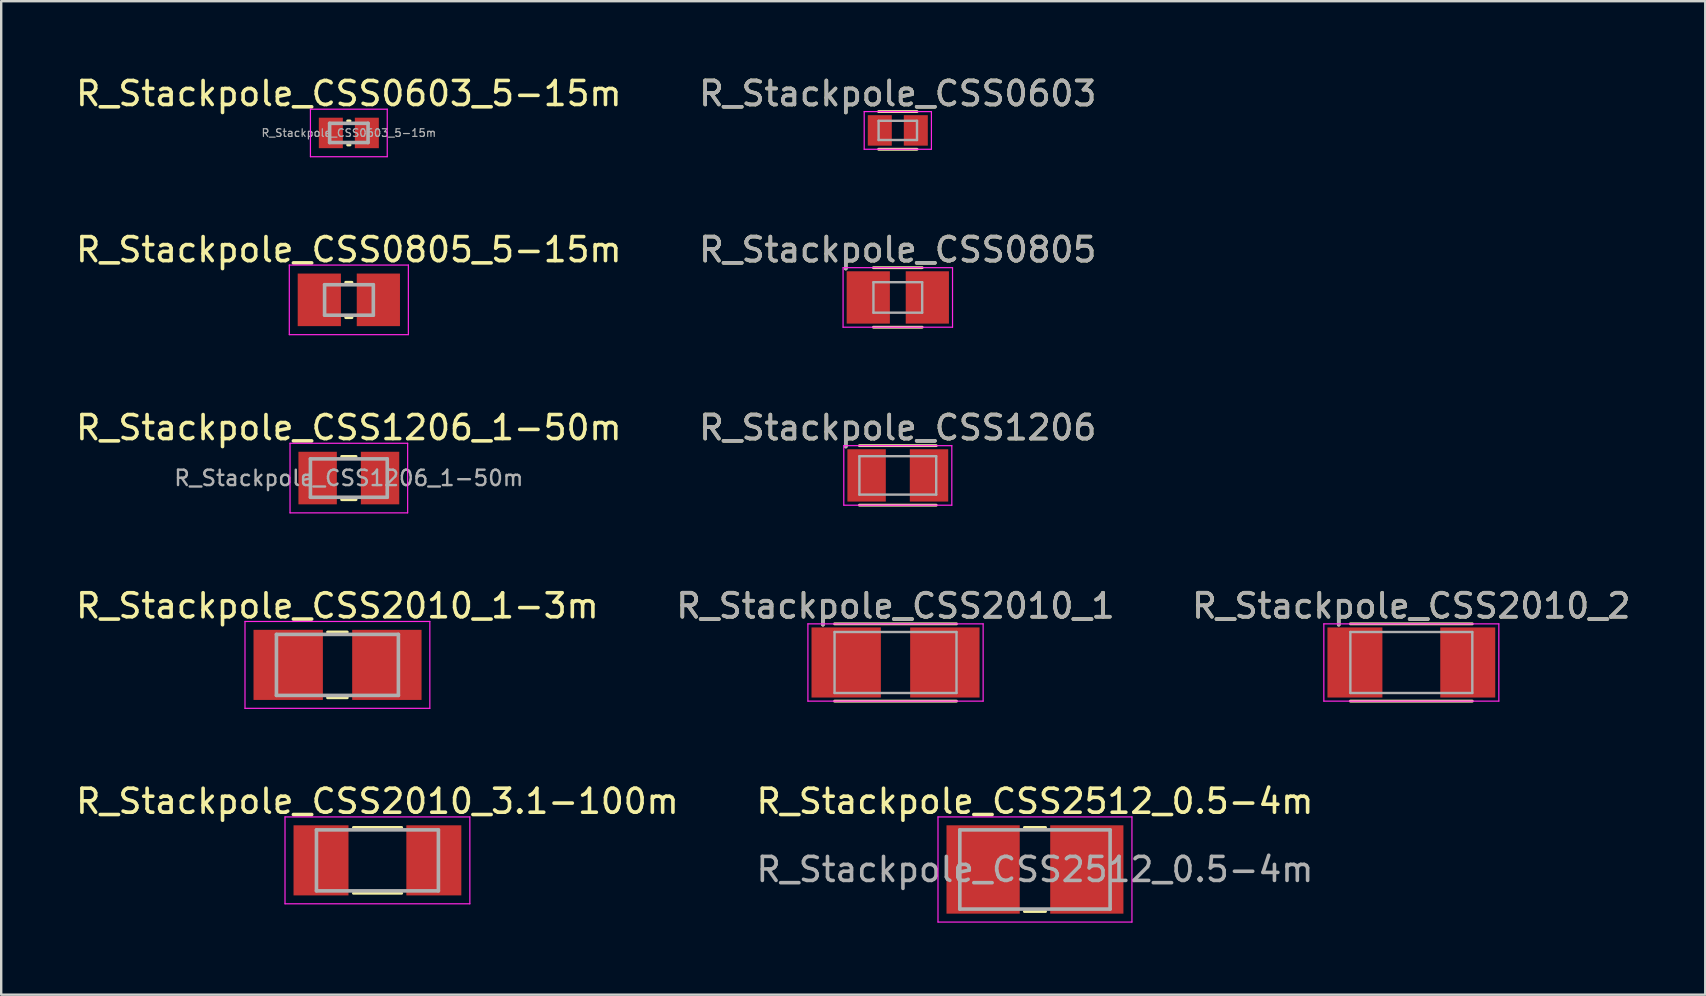
<source format=kicad_pcb>
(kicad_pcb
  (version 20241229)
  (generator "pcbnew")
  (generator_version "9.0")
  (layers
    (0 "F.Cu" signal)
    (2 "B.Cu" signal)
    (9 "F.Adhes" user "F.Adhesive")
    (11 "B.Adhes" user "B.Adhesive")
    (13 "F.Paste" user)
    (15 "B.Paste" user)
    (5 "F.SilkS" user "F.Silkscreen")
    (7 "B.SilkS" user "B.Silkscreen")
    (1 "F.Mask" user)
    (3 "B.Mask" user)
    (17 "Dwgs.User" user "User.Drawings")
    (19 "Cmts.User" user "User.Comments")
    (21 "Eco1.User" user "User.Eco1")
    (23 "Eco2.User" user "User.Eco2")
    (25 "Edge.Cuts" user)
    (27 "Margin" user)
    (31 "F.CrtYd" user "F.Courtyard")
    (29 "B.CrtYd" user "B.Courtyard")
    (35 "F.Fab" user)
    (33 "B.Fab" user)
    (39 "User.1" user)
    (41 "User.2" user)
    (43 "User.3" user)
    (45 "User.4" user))
  (footprint "R_Stackpole_CSS2010_2"
    (layer "F.Cu")
    (at 55.744 24.548)
    (property "Reference" "R_Stackpole_CSS2010_2" (at 0 -2.36 0) (layer "F.SilkS") (effects (font (size 1 1) (thickness 0.15))))
    (attr smd)
    (fp_line (start 2.54 -1.61) (end -2.54 -1.61) (stroke (width 0.12) (type solid)) (layer "F.SilkS"))
    (fp_line (start 2.54 1.61) (end -2.54 1.61) (stroke (width 0.12) (type solid)) (layer "F.SilkS"))
    (fp_line (start -3.645 -1.61) (end -3.645 1.61) (stroke (width 0.05) (type solid)) (layer "F.CrtYd"))
    (fp_line (start -3.645 1.61) (end 3.645 1.61) (stroke (width 0.05) (type solid)) (layer "F.CrtYd"))
    (fp_line (start 3.645 -1.61) (end -3.645 -1.61) (stroke (width 0.05) (type solid)) (layer "F.CrtYd"))
    (fp_line (start 3.645 1.61) (end 3.645 -1.61) (stroke (width 0.05) (type solid)) (layer "F.CrtYd"))
    (fp_line (start -2.54 -1.27) (end -2.54 1.27) (stroke (width 0.1) (type solid)) (layer "F.Fab"))
    (fp_line (start -2.54 1.27) (end 2.54 1.27) (stroke (width 0.1) (type solid)) (layer "F.Fab"))
    (fp_line (start 2.54 -1.27) (end -2.54 -1.27) (stroke (width 0.1) (type solid)) (layer "F.Fab"))
    (fp_line (start 2.54 1.27) (end 2.54 -1.27) (stroke (width 0.1) (type solid)) (layer "F.Fab"))
    (fp_text user "${REFERENCE}" (at 0 -2.36 0) (layer "F.Fab") (effects (font (size 1 1) (thickness 0.15))))
    (pad "1" smd rect (at -2.35 0) (size 2.29 2.92) (layers "F.Cu" "F.Mask" "F.Paste"))
    (pad "2" smd rect (at 2.35 0) (size 2.29 2.92) (layers "F.Cu" "F.Mask" "F.Paste")))
  (footprint "R_Stackpole_CSS0603"
    (layer "F.Cu")
    (at 34.351 2.383)
    (property "Reference" "R_Stackpole_CSS0603" (at 0 -1.535 0) (layer "F.SilkS") (effects (font (size 1 1) (thickness 0.15))))
    (attr smd)
    (fp_line (start 0.8 -0.785) (end -0.8 -0.785) (stroke (width 0.12) (type solid)) (layer "F.SilkS"))
    (fp_line (start 0.8 0.785) (end -0.8 0.785) (stroke (width 0.12) (type solid)) (layer "F.SilkS"))
    (fp_line (start -1.4 -0.785) (end -1.4 0.785) (stroke (width 0.05) (type solid)) (layer "F.CrtYd"))
    (fp_line (start -1.4 0.785) (end 1.4 0.785) (stroke (width 0.05) (type solid)) (layer "F.CrtYd"))
    (fp_line (start 1.4 -0.785) (end -1.4 -0.785) (stroke (width 0.05) (type solid)) (layer "F.CrtYd"))
    (fp_line (start 1.4 0.785) (end 1.4 -0.785) (stroke (width 0.05) (type solid)) (layer "F.CrtYd"))
    (fp_line (start -0.8 -0.4) (end -0.8 0.4) (stroke (width 0.1) (type solid)) (layer "F.Fab"))
    (fp_line (start -0.8 0.4) (end 0.8 0.4) (stroke (width 0.1) (type solid)) (layer "F.Fab"))
    (fp_line (start 0.8 -0.4) (end -0.8 -0.4) (stroke (width 0.1) (type solid)) (layer "F.Fab"))
    (fp_line (start 0.8 0.4) (end 0.8 -0.4) (stroke (width 0.1) (type solid)) (layer "F.Fab"))
    (fp_text user "${REFERENCE}" (at 0 -1.535 0) (layer "F.Fab") (effects (font (size 1 1) (thickness 0.15))))
    (pad "1" smd rect (at -0.75 0) (size 1 1.27) (layers "F.Cu" "F.Mask" "F.Paste"))
    (pad "2" smd rect (at 0.75 0) (size 1 1.27) (layers "F.Cu" "F.Mask" "F.Paste")))
  (footprint "R_Stackpole_CSS2512_0.5-4m"
    (layer "F.Cu")
    (at 40.065 33.171)
    (property "Reference" "R_Stackpole_CSS2512_0.5-4m" (at 0 -2.84 0) (layer "F.SilkS") (effects (font (size 1 1) (thickness 0.15))))
    (attr smd)
    (fp_line (start -0.44 -1.75) (end 0.44 -1.75) (stroke (width 0.12) (type solid)) (layer "F.SilkS"))
    (fp_line (start -0.44 1.75) (end 0.44 1.75) (stroke (width 0.12) (type solid)) (layer "F.SilkS"))
    (fp_line (start -4.04 -2.19) (end -4.04 2.19) (stroke (width 0.05) (type solid)) (layer "F.CrtYd"))
    (fp_line (start -4.04 2.19) (end 4.04 2.19) (stroke (width 0.05) (type solid)) (layer "F.CrtYd"))
    (fp_line (start 4.04 -2.19) (end -4.04 -2.19) (stroke (width 0.05) (type solid)) (layer "F.CrtYd"))
    (fp_line (start 4.04 2.19) (end 4.04 -2.19) (stroke (width 0.05) (type solid)) (layer "F.CrtYd"))
    (fp_line (start -3.13 -1.65) (end -3.13 1.65) (stroke (width 0.15) (type solid)) (layer "F.Fab"))
    (fp_line (start -3.13 1.65) (end 3.13 1.65) (stroke (width 0.15) (type solid)) (layer "F.Fab"))
    (fp_line (start 3.13 -1.65) (end -3.13 -1.65) (stroke (width 0.15) (type solid)) (layer "F.Fab"))
    (fp_line (start 3.13 1.65) (end 3.13 -1.65) (stroke (width 0.15) (type solid)) (layer "F.Fab"))
    (fp_text user "${REFERENCE}" (at 0 0 0) (layer "F.Fab") (effects (font (size 1 1) (thickness 0.15))))
    (pad "1" smd rect (at -2.16 0) (size 3.05 3.68) (layers "F.Cu" "F.Mask" "F.Paste"))
    (pad "2" smd rect (at 2.16 0) (size 3.05 3.68) (layers "F.Cu" "F.Mask" "F.Paste")))
  (footprint "R_Stackpole_CSS0603_5-15m"
    (layer "F.Cu")
    (at 11.482 2.488)
    (property "Reference" "R_Stackpole_CSS0603_5-15m" (at 0 -1.64 0) (layer "F.SilkS") (effects (font (size 1 1) (thickness 0.15))))
    (attr smd)
    (fp_line (start -0.05 -0.5) (end 0.05 -0.5) (stroke (width 0.12) (type solid)) (layer "F.SilkS"))
    (fp_line (start -0.05 0.5) (end 0.05 0.5) (stroke (width 0.12) (type solid)) (layer "F.SilkS"))
    (fp_line (start -1.6 -0.99) (end -1.6 0.99) (stroke (width 0.05) (type solid)) (layer "F.CrtYd"))
    (fp_line (start -1.6 0.99) (end 1.6 0.99) (stroke (width 0.05) (type solid)) (layer "F.CrtYd"))
    (fp_line (start 1.6 -0.99) (end -1.6 -0.99) (stroke (width 0.05) (type solid)) (layer "F.CrtYd"))
    (fp_line (start 1.6 0.99) (end 1.6 -0.99) (stroke (width 0.05) (type solid)) (layer "F.CrtYd"))
    (fp_line (start -0.8 -0.4) (end -0.8 0.4) (stroke (width 0.15) (type solid)) (layer "F.Fab"))
    (fp_line (start -0.8 0.4) (end 0.8 0.4) (stroke (width 0.15) (type solid)) (layer "F.Fab"))
    (fp_line (start 0.8 -0.4) (end -0.8 -0.4) (stroke (width 0.15) (type solid)) (layer "F.Fab"))
    (fp_line (start 0.8 0.4) (end 0.8 -0.4) (stroke (width 0.15) (type solid)) (layer "F.Fab"))
    (fp_text user "${REFERENCE}" (at 0 0 0) (layer "F.Fab") (effects (font (size 0.32 0.32) (thickness 0.05))))
    (pad "1" smd rect (at -0.75 0) (size 1 1.27) (layers "F.Cu" "F.Mask" "F.Paste"))
    (pad "2" smd rect (at 0.75 0) (size 1 1.27) (layers "F.Cu" "F.Mask" "F.Paste")))
  (footprint "R_Stackpole_CSS0805_5-15m"
    (layer "F.Cu")
    (at 11.482 9.441)
    (property "Reference" "R_Stackpole_CSS0805_5-15m" (at 0 -2.09 0) (layer "F.SilkS") (effects (font (size 1 1) (thickness 0.15))))
    (attr smd)
    (fp_line (start -0.13 -0.73) (end 0.13 -0.73) (stroke (width 0.12) (type solid)) (layer "F.SilkS"))
    (fp_line (start -0.13 0.74) (end 0.13 0.74) (stroke (width 0.12) (type solid)) (layer "F.SilkS"))
    (fp_line (start -2.48 -1.45) (end -2.48 1.45) (stroke (width 0.05) (type solid)) (layer "F.CrtYd"))
    (fp_line (start -2.48 1.45) (end 2.48 1.45) (stroke (width 0.05) (type solid)) (layer "F.CrtYd"))
    (fp_line (start 2.48 -1.45) (end -2.48 -1.45) (stroke (width 0.05) (type solid)) (layer "F.CrtYd"))
    (fp_line (start 2.48 1.45) (end 2.48 -1.45) (stroke (width 0.05) (type solid)) (layer "F.CrtYd"))
    (fp_line (start -1.01 -0.63) (end -1.01 0.64) (stroke (width 0.15) (type solid)) (layer "F.Fab"))
    (fp_line (start -1.01 0.64) (end 1.02 0.64) (stroke (width 0.15) (type solid)) (layer "F.Fab"))
    (fp_line (start 1.02 -0.63) (end -1.01 -0.63) (stroke (width 0.15) (type solid)) (layer "F.Fab"))
    (fp_line (start 1.02 0.64) (end 1.02 -0.63) (stroke (width 0.15) (type solid)) (layer "F.Fab"))
    (pad "1" smd rect (at -1.23 0) (size 1.8 2.19) (layers "F.Cu" "F.Mask" "F.Paste"))
    (pad "2" smd rect (at 1.23 0) (size 1.8 2.19) (layers "F.Cu" "F.Mask" "F.Paste")))
  (footprint "R_Stackpole_CSS1206_1-50m"
    (layer "F.Cu")
    (at 11.482 16.865)
    (property "Reference" "R_Stackpole_CSS1206_1-50m" (at 0 -2.1 0) (layer "F.SilkS") (effects (font (size 1 1) (thickness 0.15))))
    (attr smd)
    (fp_line (start -0.3 -0.9) (end 0.3 -0.9) (stroke (width 0.12) (type solid)) (layer "F.SilkS"))
    (fp_line (start -0.3 0.9) (end 0.3 0.9) (stroke (width 0.12) (type solid)) (layer "F.SilkS"))
    (fp_line (start -2.45 -1.45) (end -2.45 1.45) (stroke (width 0.05) (type solid)) (layer "F.CrtYd"))
    (fp_line (start -2.45 1.45) (end 2.45 1.45) (stroke (width 0.05) (type solid)) (layer "F.CrtYd"))
    (fp_line (start 2.45 -1.45) (end -2.45 -1.45) (stroke (width 0.05) (type solid)) (layer "F.CrtYd"))
    (fp_line (start 2.45 1.45) (end 2.45 -1.45) (stroke (width 0.05) (type solid)) (layer "F.CrtYd"))
    (fp_line (start -1.6 -0.8) (end -1.6 0.8) (stroke (width 0.15) (type solid)) (layer "F.Fab"))
    (fp_line (start -1.6 0.8) (end 1.6 0.8) (stroke (width 0.15) (type solid)) (layer "F.Fab"))
    (fp_line (start 1.6 -0.8) (end -1.6 -0.8) (stroke (width 0.15) (type solid)) (layer "F.Fab"))
    (fp_line (start 1.6 0.8) (end 1.6 -0.8) (stroke (width 0.15) (type solid)) (layer "F.Fab"))
    (fp_text user "${REFERENCE}" (at 0 0 0) (layer "F.Fab") (effects (font (size 0.64 0.64) (thickness 0.1))))
    (pad "1" smd rect (at -1.3 0) (size 1.6 2.19) (layers "F.Cu" "F.Mask" "F.Paste"))
    (pad "2" smd rect (at 1.3 0) (size 1.6 2.19) (layers "F.Cu" "F.Mask" "F.Paste")))
  (footprint "R_Stackpole_CSS2010_3.1-100m"
    (layer "F.Cu")
    (at 12.673 32.791)
    (property "Reference" "R_Stackpole_CSS2010_3.1-100m" (at 0 -2.46 0) (layer "F.SilkS") (effects (font (size 1 1) (thickness 0.15))))
    (attr smd)
    (fp_line (start -1 -1.37) (end 1.01 -1.37) (stroke (width 0.12) (type solid)) (layer "F.SilkS"))
    (fp_line (start -1 1.37) (end 1.01 1.37) (stroke (width 0.12) (type solid)) (layer "F.SilkS"))
    (fp_line (start -3.85 -1.81) (end -3.85 1.81) (stroke (width 0.05) (type solid)) (layer "F.CrtYd"))
    (fp_line (start -3.85 1.81) (end 3.85 1.81) (stroke (width 0.05) (type solid)) (layer "F.CrtYd"))
    (fp_line (start 3.85 -1.81) (end -3.85 -1.81) (stroke (width 0.05) (type solid)) (layer "F.CrtYd"))
    (fp_line (start 3.85 1.81) (end 3.85 -1.81) (stroke (width 0.05) (type solid)) (layer "F.CrtYd"))
    (fp_line (start -2.54 -1.27) (end -2.54 1.27) (stroke (width 0.15) (type solid)) (layer "F.Fab"))
    (fp_line (start -2.54 1.27) (end 2.54 1.27) (stroke (width 0.15) (type solid)) (layer "F.Fab"))
    (fp_line (start 2.54 -1.27) (end -2.54 -1.27) (stroke (width 0.15) (type solid)) (layer "F.Fab"))
    (fp_line (start 2.54 1.27) (end 2.54 -1.27) (stroke (width 0.15) (type solid)) (layer "F.Fab"))
    (pad "1" smd rect (at -2.35 0) (size 2.29 2.92) (layers "F.Cu" "F.Mask" "F.Paste"))
    (pad "2" smd rect (at 2.35 0) (size 2.29 2.92) (layers "F.Cu" "F.Mask" "F.Paste")))
  (footprint "R_Stackpole_CSS1206"
    (layer "F.Cu")
    (at 34.351 16.755)
    (property "Reference" "R_Stackpole_CSS1206" (at 0 -1.99 0) (layer "F.SilkS") (effects (font (size 1 1) (thickness 0.15))))
    (attr smd)
    (fp_line (start 1.6 -1.24) (end -1.6 -1.24) (stroke (width 0.12) (type solid)) (layer "F.SilkS"))
    (fp_line (start 1.6 1.24) (end -1.6 1.24) (stroke (width 0.12) (type solid)) (layer "F.SilkS"))
    (fp_line (start -2.25 -1.24) (end -2.25 1.24) (stroke (width 0.05) (type solid)) (layer "F.CrtYd"))
    (fp_line (start -2.25 1.24) (end 2.25 1.24) (stroke (width 0.05) (type solid)) (layer "F.CrtYd"))
    (fp_line (start 2.25 -1.24) (end -2.25 -1.24) (stroke (width 0.05) (type solid)) (layer "F.CrtYd"))
    (fp_line (start 2.25 1.24) (end 2.25 -1.24) (stroke (width 0.05) (type solid)) (layer "F.CrtYd"))
    (fp_line (start -1.6 -0.8) (end -1.6 0.8) (stroke (width 0.1) (type solid)) (layer "F.Fab"))
    (fp_line (start -1.6 0.8) (end 1.6 0.8) (stroke (width 0.1) (type solid)) (layer "F.Fab"))
    (fp_line (start 1.6 -0.8) (end -1.6 -0.8) (stroke (width 0.1) (type solid)) (layer "F.Fab"))
    (fp_line (start 1.6 0.8) (end 1.6 -0.8) (stroke (width 0.1) (type solid)) (layer "F.Fab"))
    (fp_text user "${REFERENCE}" (at 0 -1.99 0) (layer "F.Fab") (effects (font (size 1 1) (thickness 0.15))))
    (pad "1" smd rect (at -1.3 0) (size 1.6 2.18) (layers "F.Cu" "F.Mask" "F.Paste"))
    (pad "2" smd rect (at 1.3 0) (size 1.6 2.18) (layers "F.Cu" "F.Mask" "F.Paste")))
  (footprint "R_Stackpole_CSS2010_1"
    (layer "F.Cu")
    (at 34.256 24.548)
    (property "Reference" "R_Stackpole_CSS2010_1" (at 0 -2.36 0) (layer "F.SilkS") (effects (font (size 1 1) (thickness 0.15))))
    (attr smd)
    (fp_line (start 2.54 -1.61) (end -2.54 -1.61) (stroke (width 0.12) (type solid)) (layer "F.SilkS"))
    (fp_line (start 2.54 1.61) (end -2.54 1.61) (stroke (width 0.12) (type solid)) (layer "F.SilkS"))
    (fp_line (start -3.65 -1.61) (end -3.65 1.61) (stroke (width 0.05) (type solid)) (layer "F.CrtYd"))
    (fp_line (start -3.65 1.61) (end 3.65 1.61) (stroke (width 0.05) (type solid)) (layer "F.CrtYd"))
    (fp_line (start 3.65 -1.61) (end -3.65 -1.61) (stroke (width 0.05) (type solid)) (layer "F.CrtYd"))
    (fp_line (start 3.65 1.61) (end 3.65 -1.61) (stroke (width 0.05) (type solid)) (layer "F.CrtYd"))
    (fp_line (start -2.54 -1.27) (end -2.54 1.27) (stroke (width 0.1) (type solid)) (layer "F.Fab"))
    (fp_line (start -2.54 1.27) (end 2.54 1.27) (stroke (width 0.1) (type solid)) (layer "F.Fab"))
    (fp_line (start 2.54 -1.27) (end -2.54 -1.27) (stroke (width 0.1) (type solid)) (layer "F.Fab"))
    (fp_line (start 2.54 1.27) (end 2.54 -1.27) (stroke (width 0.1) (type solid)) (layer "F.Fab"))
    (fp_text user "${REFERENCE}" (at 0 -2.36 0) (layer "F.Fab") (effects (font (size 1 1) (thickness 0.15))))
    (pad "1" smd rect (at -2.055 0) (size 2.89 2.92) (layers "F.Cu" "F.Mask" "F.Paste"))
    (pad "2" smd rect (at 2.055 0) (size 2.89 2.92) (layers "F.Cu" "F.Mask" "F.Paste")))
  (footprint "R_Stackpole_CSS2010_1-3m"
    (layer "F.Cu")
    (at 11.006 24.648)
    (property "Reference" "R_Stackpole_CSS2010_1-3m" (at 0 -2.46 0) (layer "F.SilkS") (effects (font (size 1 1) (thickness 0.15))))
    (attr smd)
    (fp_line (start -0.41 -1.37) (end 0.41 -1.37) (stroke (width 0.12) (type solid)) (layer "F.SilkS"))
    (fp_line (start -0.41 1.37) (end 0.41 1.37) (stroke (width 0.12) (type solid)) (layer "F.SilkS"))
    (fp_line (start -3.85 -1.81) (end -3.85 1.81) (stroke (width 0.05) (type solid)) (layer "F.CrtYd"))
    (fp_line (start -3.85 1.81) (end 3.85 1.81) (stroke (width 0.05) (type solid)) (layer "F.CrtYd"))
    (fp_line (start 3.85 -1.81) (end -3.85 -1.81) (stroke (width 0.05) (type solid)) (layer "F.CrtYd"))
    (fp_line (start 3.85 1.81) (end 3.85 -1.81) (stroke (width 0.05) (type solid)) (layer "F.CrtYd"))
    (fp_line (start -2.54 -1.27) (end -2.54 1.27) (stroke (width 0.15) (type solid)) (layer "F.Fab"))
    (fp_line (start -2.54 1.27) (end 2.54 1.27) (stroke (width 0.15) (type solid)) (layer "F.Fab"))
    (fp_line (start 2.54 -1.27) (end -2.54 -1.27) (stroke (width 0.15) (type solid)) (layer "F.Fab"))
    (fp_line (start 2.54 1.27) (end 2.54 -1.27) (stroke (width 0.15) (type solid)) (layer "F.Fab"))
    (pad "1" smd rect (at -2.05 0) (size 2.89 2.92) (layers "F.Cu" "F.Mask" "F.Paste"))
    (pad "2" smd rect (at 2.06 0) (size 2.89 2.92) (layers "F.Cu" "F.Mask" "F.Paste")))
  (footprint "R_Stackpole_CSS0805"
    (layer "F.Cu")
    (at 34.351 9.341)
    (property "Reference" "R_Stackpole_CSS0805" (at 0 -1.99 0) (layer "F.SilkS") (effects (font (size 1 1) (thickness 0.15))))
    (attr smd)
    (fp_line (start 1.015 -1.24) (end -1.015 -1.24) (stroke (width 0.12) (type solid)) (layer "F.SilkS"))
    (fp_line (start 1.015 1.24) (end -1.015 1.24) (stroke (width 0.12) (type solid)) (layer "F.SilkS"))
    (fp_line (start -2.28 -1.24) (end -2.28 1.24) (stroke (width 0.05) (type solid)) (layer "F.CrtYd"))
    (fp_line (start -2.28 1.24) (end 2.28 1.24) (stroke (width 0.05) (type solid)) (layer "F.CrtYd"))
    (fp_line (start 2.28 -1.24) (end -2.28 -1.24) (stroke (width 0.05) (type solid)) (layer "F.CrtYd"))
    (fp_line (start 2.28 1.24) (end 2.28 -1.24) (stroke (width 0.05) (type solid)) (layer "F.CrtYd"))
    (fp_line (start -1.015 -0.635) (end -1.015 0.635) (stroke (width 0.1) (type solid)) (layer "F.Fab"))
    (fp_line (start -1.015 0.635) (end 1.015 0.635) (stroke (width 0.1) (type solid)) (layer "F.Fab"))
    (fp_line (start 1.015 -0.635) (end -1.015 -0.635) (stroke (width 0.1) (type solid)) (layer "F.Fab"))
    (fp_line (start 1.015 0.635) (end 1.015 -0.635) (stroke (width 0.1) (type solid)) (layer "F.Fab"))
    (fp_text user "${REFERENCE}" (at 0 -1.99 0) (layer "F.Fab") (effects (font (size 1 1) (thickness 0.15))))
    (pad "1" smd rect (at -1.23 0) (size 1.8 2.18) (layers "F.Cu" "F.Mask" "F.Paste"))
    (pad "2" smd rect (at 1.23 0) (size 1.8 2.18) (layers "F.Cu" "F.Mask" "F.Paste")))
  (gr_rect
    (start -3 -3)
    (end 67.988 38.386)
    (stroke (width 0.1) (type default))
    (fill no)
    (layer "Edge.Cuts")))
</source>
